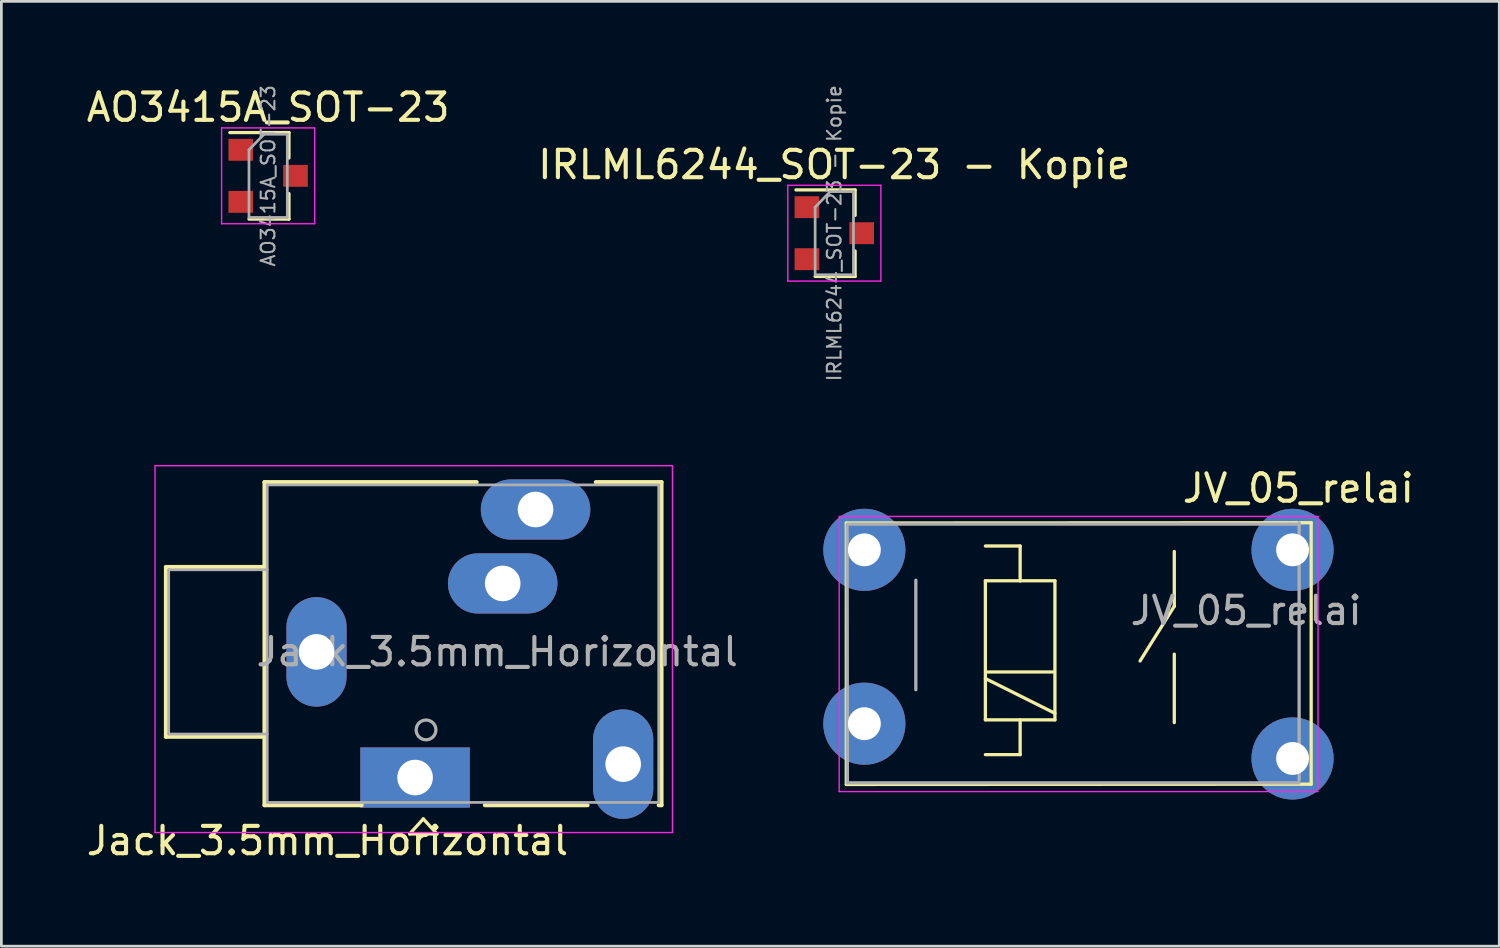
<source format=kicad_pcb>
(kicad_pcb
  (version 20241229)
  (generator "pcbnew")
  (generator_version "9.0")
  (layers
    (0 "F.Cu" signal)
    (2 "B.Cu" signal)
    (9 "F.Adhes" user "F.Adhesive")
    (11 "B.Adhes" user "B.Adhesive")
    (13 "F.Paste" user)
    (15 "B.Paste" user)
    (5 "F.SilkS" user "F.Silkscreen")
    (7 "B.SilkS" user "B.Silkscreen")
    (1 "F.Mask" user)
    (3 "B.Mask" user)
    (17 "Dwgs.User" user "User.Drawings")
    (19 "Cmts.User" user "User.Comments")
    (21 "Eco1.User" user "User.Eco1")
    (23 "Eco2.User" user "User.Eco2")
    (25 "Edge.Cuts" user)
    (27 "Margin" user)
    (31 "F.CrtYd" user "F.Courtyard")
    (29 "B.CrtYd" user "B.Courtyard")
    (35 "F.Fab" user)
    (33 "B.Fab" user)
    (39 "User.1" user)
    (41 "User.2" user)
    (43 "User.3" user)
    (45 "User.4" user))
  (footprint "AO3415A_SOT-23"
    (layer "F.Cu")
    (at 6.744 3.372)
    (property "Reference" "AO3415A_SOT-23" (at 0 -2.5 0) (layer "F.SilkS") (effects (font (size 1 1) (thickness 0.15))))
    (attr smd)
    (fp_line (start 0.76 -1.58) (end -1.4 -1.58) (stroke (width 0.12) (type solid)) (layer "F.SilkS"))
    (fp_line (start 0.76 -1.58) (end 0.76 -0.65) (stroke (width 0.12) (type solid)) (layer "F.SilkS"))
    (fp_line (start 0.76 1.58) (end -0.7 1.58) (stroke (width 0.12) (type solid)) (layer "F.SilkS"))
    (fp_line (start 0.76 1.58) (end 0.76 0.65) (stroke (width 0.12) (type solid)) (layer "F.SilkS"))
    (fp_line (start -1.7 -1.75) (end 1.7 -1.75) (stroke (width 0.05) (type solid)) (layer "F.CrtYd"))
    (fp_line (start -1.7 1.75) (end -1.7 -1.75) (stroke (width 0.05) (type solid)) (layer "F.CrtYd"))
    (fp_line (start 1.7 -1.75) (end 1.7 1.75) (stroke (width 0.05) (type solid)) (layer "F.CrtYd"))
    (fp_line (start 1.7 1.75) (end -1.7 1.75) (stroke (width 0.05) (type solid)) (layer "F.CrtYd"))
    (fp_line (start -0.7 -0.95) (end -0.7 1.5) (stroke (width 0.1) (type solid)) (layer "F.Fab"))
    (fp_line (start -0.7 -0.95) (end -0.15 -1.52) (stroke (width 0.1) (type solid)) (layer "F.Fab"))
    (fp_line (start -0.7 1.52) (end 0.7 1.52) (stroke (width 0.1) (type solid)) (layer "F.Fab"))
    (fp_line (start -0.15 -1.52) (end 0.7 -1.52) (stroke (width 0.1) (type solid)) (layer "F.Fab"))
    (fp_line (start 0.7 -1.52) (end 0.7 1.52) (stroke (width 0.1) (type solid)) (layer "F.Fab"))
    (fp_text user "${REFERENCE}" (at 0 0 90) (layer "F.Fab") (effects (font (size 0.5 0.5) (thickness 0.075))))
    (pad "1" smd rect (at 1 0) (size 0.9 0.8) (layers "F.Cu" "F.Mask" "F.Paste"))
    (pad "2" smd rect (at -1 -0.95) (size 0.9 0.8) (layers "F.Cu" "F.Mask" "F.Paste"))
    (pad "3" smd rect (at -1 0.95) (size 0.9 0.8) (layers "F.Cu" "F.Mask" "F.Paste")))
  (footprint "IRLML6244_SOT-23 - Kopie"
    (layer "F.Cu")
    (at 27.423 5.467)
    (property "Reference" "IRLML6244_SOT-23 - Kopie" (at 0 -2.5 0) (layer "F.SilkS") (effects (font (size 1 1) (thickness 0.15))))
    (attr smd)
    (fp_line (start 0.76 -1.58) (end -1.4 -1.58) (stroke (width 0.12) (type solid)) (layer "F.SilkS"))
    (fp_line (start 0.76 -1.58) (end 0.76 -0.65) (stroke (width 0.12) (type solid)) (layer "F.SilkS"))
    (fp_line (start 0.76 1.58) (end -0.7 1.58) (stroke (width 0.12) (type solid)) (layer "F.SilkS"))
    (fp_line (start 0.76 1.58) (end 0.76 0.65) (stroke (width 0.12) (type solid)) (layer "F.SilkS"))
    (fp_line (start -1.7 -1.75) (end 1.7 -1.75) (stroke (width 0.05) (type solid)) (layer "F.CrtYd"))
    (fp_line (start -1.7 1.75) (end -1.7 -1.75) (stroke (width 0.05) (type solid)) (layer "F.CrtYd"))
    (fp_line (start 1.7 -1.75) (end 1.7 1.75) (stroke (width 0.05) (type solid)) (layer "F.CrtYd"))
    (fp_line (start 1.7 1.75) (end -1.7 1.75) (stroke (width 0.05) (type solid)) (layer "F.CrtYd"))
    (fp_line (start -0.7 -0.95) (end -0.7 1.5) (stroke (width 0.1) (type solid)) (layer "F.Fab"))
    (fp_line (start -0.7 -0.95) (end -0.15 -1.52) (stroke (width 0.1) (type solid)) (layer "F.Fab"))
    (fp_line (start -0.7 1.52) (end 0.7 1.52) (stroke (width 0.1) (type solid)) (layer "F.Fab"))
    (fp_line (start -0.15 -1.52) (end 0.7 -1.52) (stroke (width 0.1) (type solid)) (layer "F.Fab"))
    (fp_line (start 0.7 -1.52) (end 0.7 1.52) (stroke (width 0.1) (type solid)) (layer "F.Fab"))
    (fp_text user "${REFERENCE}" (at 0 0 90) (layer "F.Fab") (effects (font (size 0.5 0.5) (thickness 0.075))))
    (pad "1" smd rect (at 1 0) (size 0.9 0.8) (layers "F.Cu" "F.Mask" "F.Paste"))
    (pad "2" smd rect (at -1 0.95) (size 0.9 0.8) (layers "F.Cu" "F.Mask" "F.Paste"))
    (pad "3" smd rect (at -1 -0.95) (size 0.9 0.8) (layers "F.Cu" "F.Mask" "F.Paste")))
  (footprint "Jack_3.5mm_Horizontal"
    (layer "F.Cu")
    (at 12.411 25.36)
    (property "Reference" "Jack_3.5mm_Horizontal" (at -3.5 2.3 0) (layer "F.SilkS") (effects (font (size 1 1) (thickness 0.15))))
    (attr through_hole)
    (fp_line (start -9.4 -7.7) (end -9.4 -1.5) (stroke (width 0.15) (type solid)) (layer "F.SilkS"))
    (fp_line (start -9.4 -1.5) (end -5.8 -1.5) (stroke (width 0.15) (type solid)) (layer "F.SilkS"))
    (fp_line (start -5.8 -10.8) (end 1.95 -10.8) (stroke (width 0.15) (type solid)) (layer "F.SilkS"))
    (fp_line (start -5.8 -7.7) (end -9.4 -7.7) (stroke (width 0.15) (type solid)) (layer "F.SilkS"))
    (fp_line (start -5.8 1) (end -5.8 -10.8) (stroke (width 0.15) (type solid)) (layer "F.SilkS"))
    (fp_line (start -2.25 1) (end -5.8 1) (stroke (width 0.15) (type solid)) (layer "F.SilkS"))
    (fp_line (start -0.5 2.05) (end 0.5 2.05) (stroke (width 0.12) (type solid)) (layer "F.SilkS"))
    (fp_line (start 0 1.5) (end -0.5 2.05) (stroke (width 0.12) (type solid)) (layer "F.SilkS"))
    (fp_line (start 0.5 2.05) (end 0 1.5) (stroke (width 0.12) (type solid)) (layer "F.SilkS"))
    (fp_line (start 6 1) (end 2.25 1) (stroke (width 0.15) (type solid)) (layer "F.SilkS"))
    (fp_line (start 6.3 -10.8) (end 8.7 -10.8) (stroke (width 0.15) (type solid)) (layer "F.SilkS"))
    (fp_line (start 8.7 -10.8) (end 8.7 1) (stroke (width 0.15) (type solid)) (layer "F.SilkS"))
    (fp_line (start 8.7 1) (end 8.6 1) (stroke (width 0.15) (type solid)) (layer "F.SilkS"))
    (fp_line (start -9.8 -11.4) (end -9.8 2) (stroke (width 0.05) (type solid)) (layer "F.CrtYd"))
    (fp_line (start -9.8 2) (end 9.1 2) (stroke (width 0.05) (type solid)) (layer "F.CrtYd"))
    (fp_line (start 9.1 -11.4) (end -9.8 -11.4) (stroke (width 0.05) (type solid)) (layer "F.CrtYd"))
    (fp_line (start 9.1 2) (end 9.1 -11.4) (stroke (width 0.05) (type solid)) (layer "F.CrtYd"))
    (fp_line (start -9.3 -7.6) (end -9.3 -1.6) (stroke (width 0.1) (type solid)) (layer "F.Fab"))
    (fp_line (start -9.3 -7.6) (end -5.7 -7.6) (stroke (width 0.1) (type solid)) (layer "F.Fab"))
    (fp_line (start -9.3 -1.6) (end -5.7 -1.6) (stroke (width 0.1) (type solid)) (layer "F.Fab"))
    (fp_line (start -5.7 -10.7) (end -5.7 0.9) (stroke (width 0.1) (type solid)) (layer "F.Fab"))
    (fp_line (start -5.7 0.9) (end 8.6 0.9) (stroke (width 0.1) (type solid)) (layer "F.Fab"))
    (fp_line (start 8.6 -10.7) (end -5.7 -10.7) (stroke (width 0.1) (type solid)) (layer "F.Fab"))
    (fp_line (start 8.6 0.9) (end 8.6 -10.7) (stroke (width 0.1) (type solid)) (layer "F.Fab"))
    (fp_circle (center 0.1 -1.75) (end 0.4 -1.55) (stroke (width 0.12) (type solid)) (fill no) (layer "F.Fab"))
    (fp_text user "${REFERENCE}" (at 2.7 -4.6 0) (layer "F.Fab") (effects (font (size 1 1) (thickness 0.15))))
    (pad "G" thru_hole oval (at -3.9 -4.6) (size 2.2 4) (drill 1.3) (layers "*.Cu" "*.Mask"))
    (pad "S" thru_hole oval (at 4.1 -9.8) (size 4 2.2) (drill 1.3) (layers "*.Cu" "*.Mask"))
    (pad "SN" thru_hole oval (at 2.9 -7.1) (size 4 2.2) (drill 1.3) (layers "*.Cu" "*.Mask"))
    (pad "T" thru_hole rect (at -0.3 -0.01) (size 4 2.2) (drill 1.3) (layers "*.Cu" "*.Mask"))
    (pad "TN" thru_hole oval (at 7.3 -0.5 90) (size 4 2.2) (drill 1.3) (layers "*.Cu" "*.Mask")))
  (footprint "JV_05_relai"
    (layer "F.Cu")
    (at 27.591 25.843)
    (property "Reference" "JV_05_relai" (at 16.78 -11.06 0) (layer "F.SilkS") (effects (font (size 1 1) (thickness 0.15))))
    (attr through_hole)
    (fp_line (start 0.27 -9.79) (end 17.25 -9.8) (stroke (width 0.12) (type solid)) (layer "F.SilkS"))
    (fp_line (start 0.27 -0.24) (end 0.27 -9.79) (stroke (width 0.12) (type solid)) (layer "F.SilkS"))
    (fp_line (start 5.35 -8.95) (end 6.62 -8.95) (stroke (width 0.12) (type solid)) (layer "F.SilkS"))
    (fp_line (start 5.35 -7.68) (end 6.62 -7.68) (stroke (width 0.12) (type solid)) (layer "F.SilkS"))
    (fp_line (start 5.35 -4.11) (end 7.89 -2.84) (stroke (width 0.12) (type solid)) (layer "F.SilkS"))
    (fp_line (start 5.35 -2.6) (end 5.35 -7.68) (stroke (width 0.12) (type solid)) (layer "F.SilkS"))
    (fp_line (start 5.41 -4.35) (end 7.81 -4.35) (stroke (width 0.12) (type solid)) (layer "F.SilkS"))
    (fp_line (start 6.62 -8.95) (end 6.62 -7.68) (stroke (width 0.12) (type solid)) (layer "F.SilkS"))
    (fp_line (start 6.62 -7.68) (end 7.89 -7.68) (stroke (width 0.12) (type solid)) (layer "F.SilkS"))
    (fp_line (start 6.62 -2.6) (end 6.62 -1.33) (stroke (width 0.12) (type solid)) (layer "F.SilkS"))
    (fp_line (start 6.62 -1.33) (end 5.35 -1.33) (stroke (width 0.12) (type solid)) (layer "F.SilkS"))
    (fp_line (start 7.89 -7.68) (end 7.89 -2.6) (stroke (width 0.12) (type solid)) (layer "F.SilkS"))
    (fp_line (start 7.89 -2.6) (end 5.35 -2.6) (stroke (width 0.12) (type solid)) (layer "F.SilkS"))
    (fp_line (start 12.25 -8.75) (end 12.25 -6.75) (stroke (width 0.12) (type solid)) (layer "F.SilkS"))
    (fp_line (start 12.25 -6.75) (end 11 -4.75) (stroke (width 0.12) (type solid)) (layer "F.SilkS"))
    (fp_line (start 12.25 -5) (end 12.25 -2.5) (stroke (width 0.12) (type solid)) (layer "F.SilkS"))
    (fp_line (start 17.25 -9.8) (end 17.25 -0.25) (stroke (width 0.12) (type solid)) (layer "F.SilkS"))
    (fp_line (start 17.25 -0.25) (end 0.27 -0.24) (stroke (width 0.12) (type solid)) (layer "F.SilkS"))
    (fp_line (start 0.01 -10.03) (end 17.5 -10.03) (stroke (width 0.05) (type solid)) (layer "F.CrtYd"))
    (fp_line (start 0.01 0.02) (end 0.01 -10) (stroke (width 0.05) (type solid)) (layer "F.CrtYd"))
    (fp_line (start 17.5 -10.03) (end 17.5 -0.08) (stroke (width 0.05) (type solid)) (layer "F.CrtYd"))
    (fp_line (start 17.5 0.02) (end 0.01 0.02) (stroke (width 0.05) (type solid)) (layer "F.CrtYd"))
    (fp_line (start 0.31 -9.75) (end 16.8 -9.75) (stroke (width 0.12) (type solid)) (layer "F.Fab"))
    (fp_line (start 0.31 -0.3) (end 0.3 -9.7) (stroke (width 0.12) (type solid)) (layer "F.Fab"))
    (fp_line (start 2.81 -7.7) (end 2.81 -3.7) (stroke (width 0.12) (type solid)) (layer "F.Fab"))
    (fp_line (start 16.8 -0.3) (end 0.31 -0.3) (stroke (width 0.12) (type solid)) (layer "F.Fab"))
    (fp_line (start 16.81 -9.8) (end 16.81 -0.4) (stroke (width 0.12) (type solid)) (layer "F.Fab"))
    (fp_text user "${REFERENCE}" (at 14.875 -6.59 0) (layer "F.Fab") (effects (font (size 1 1) (thickness 0.15))))
    (pad "1" thru_hole circle (at 0.93 -8.81) (size 3 3) (drill 1.2) (layers "*.Cu" "*.Mask"))
    (pad "2" thru_hole circle (at 0.93 -2.46) (size 3 3) (drill 1.2) (layers "*.Cu" "*.Mask"))
    (pad "3" thru_hole circle (at 16.57 -8.81) (size 3 3) (drill 1.2) (layers "*.Cu" "*.Mask"))
    (pad "4" thru_hole circle (at 16.57 -1.19) (size 3 3) (drill 1.2) (layers "*.Cu" "*.Mask")))
  (gr_rect
    (start -3 -3)
    (end 51.711 31.508)
    (stroke (width 0.1) (type default))
    (fill no)
    (layer "Edge.Cuts")))
</source>
